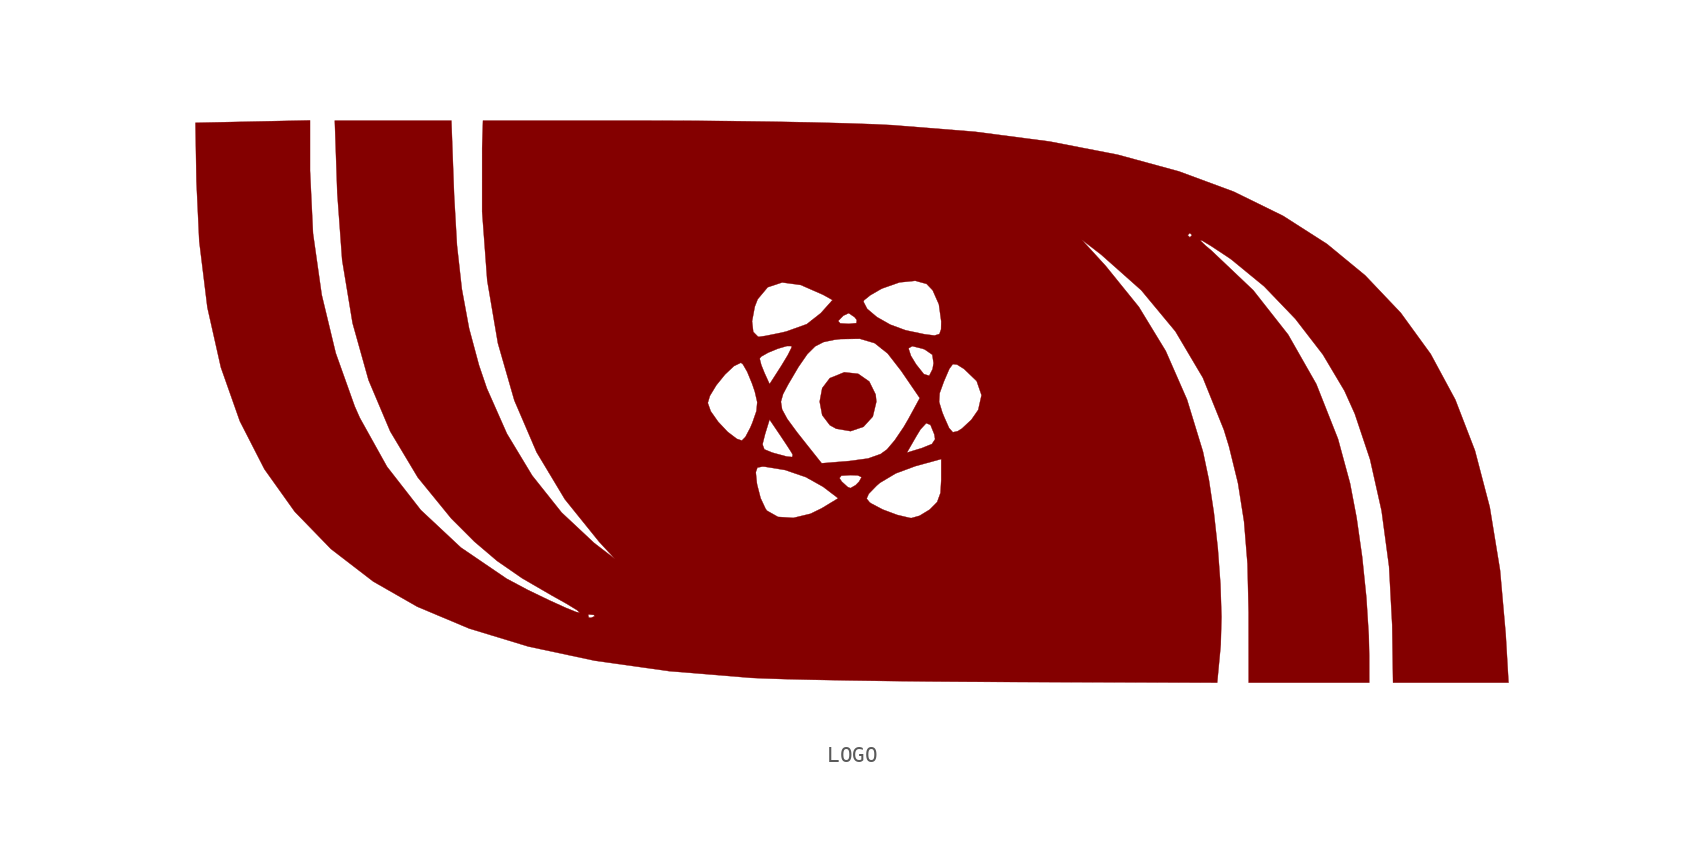
<source format=kicad_sym>
(kicad_symbol_lib
  (version 20220914)
  (generator "bitmap2component")
  (generator_version "8.0")
  (symbol "LOGO"
    (pin_names
      (offset 1.016))
    (property "Reference" "#G"
      (at 0 19.361 0)
      (effects (font (size 1.27 1.27)) hide))
    (symbol "LOGO_0_0"
      (polyline (pts (xy 32.153 -15.335) (xy 32.127 -14.103) (xy 31.976 -11.709) (xy 31.714 -9.168) (xy 31.365 -6.71) (xy 30.956 -4.563) (xy 30.203 -1.79) (xy 28.847 1.641) (xy 27.087 4.73) (xy 24.907 7.502) (xy 22.293 9.983) (xy 21.906 10.309) (xy 21.59 10.615) (xy 21.708 10.604) (xy 22.258 10.274) (xy 23.238 9.628) (xy 23.534 9.424) (xy 25.581 7.746) (xy 27.534 5.713) (xy 29.255 3.483) (xy 30.605 1.216) (xy 31.25 -0.218) (xy 32.205 -3.071) (xy 32.926 -6.283) (xy 33.393 -9.764) (xy 33.589 -13.425) (xy 33.642 -17.023) (xy 37.251 -17.023) (xy 40.861 -17.023) (xy 40.684 -13.983) (xy 40.331 -9.994) (xy 39.688 -6.054) (xy 38.762 -2.516) (xy 37.536 0.662) (xy 35.996 3.518) (xy 34.125 6.092) (xy 31.908 8.425) (xy 29.507 10.401) (xy 26.765 12.155) (xy 23.692 13.663) (xy 20.258 14.933) (xy 16.434 15.975) (xy 12.191 16.798) (xy 7.501 17.411) (xy 2.334 17.823) (xy 1.209 17.878) (xy -0.579 17.939) (xy -2.725 17.994) (xy -5.127 18.039) (xy -7.685 18.074) (xy -10.298 18.096) (xy -12.865 18.104) (xy -23.238 18.104) (xy -23.29 16.415) (xy -23.291 12.415) (xy -23.182 10.944) (xy 20.806 10.944) (xy 20.942 11.079) (xy 21.077 10.944) (xy 20.942 10.809) (xy 20.806 10.944) (xy -23.182 10.944) (xy -22.973 8.115) (xy -22.539 5.565) (xy -6.42 5.565) (xy -6.25 6.473) (xy -6.068 6.941) (xy -5.441 7.69) (xy -4.537 7.989) (xy -3.377 7.832) (xy -1.98 7.219) (xy -1.393 6.89) (xy -1.477 6.797) (xy 0.54 6.797) (xy 0.583 6.88) (xy 0.964 7.186) (xy 1.611 7.561) (xy 1.726 7.618) (xy 2.795 7.993) (xy 3.773 8.094) (xy 4.486 7.9) (xy 4.869 7.499) (xy 5.257 6.622) (xy 5.404 5.557) (xy 5.394 5.061) (xy 5.29 4.767) (xy 4.985 4.675) (xy 4.368 4.752) (xy 3.331 4.969) (xy 3.15 5.012) (xy 2.225 5.352) (xy 1.386 5.827) (xy 0.776 6.34) (xy 0.54 6.797) (xy -1.477 6.797) (xy -2.126 6.072) (xy -2.748 5.583) (xy -1.038 5.583) (xy -0.711 5.915) (xy -0.38 6.071) (xy -0.003 5.813) (xy 0.123 5.644) (xy 0.104 5.449) (xy -0.372 5.404) (xy -0.911 5.435) (xy -1.038 5.583) (xy -2.748 5.583) (xy -3 5.385) (xy -4.287 4.923) (xy -4.855 4.797) (xy -5.582 4.651) (xy -5.974 4.594) (xy -6.044 4.6) (xy -6.345 4.902) (xy -6.42 5.565) (xy -22.539 5.565) (xy -22.305 4.192) (xy -22.03 3.234) (xy -5.945 3.234) (xy -5.85 3.354) (xy -5.409 3.604) (xy -4.8 3.853) (xy -4.238 4.016) (xy -3.939 4.013) (xy -3.96 3.903) (xy -4.189 3.447) (xy -4.593 2.778) (xy -5.325 1.638) (xy -5.635 2.318) (xy -5.842 2.832) (xy -5.945 3.234) (xy -22.03 3.234) (xy -21.279 0.621) (xy -21.21 0.46) (xy -9.187 0.46) (xy -9.057 0.898) (xy -8.654 1.563) (xy -8.107 2.238) (xy -7.55 2.762) (xy -7.116 2.972) (xy -6.997 2.88) (xy -6.723 2.407) (xy -6.418 1.665) (xy -6.248 1.168) (xy -6.102 0.534) (xy -4.617 0.534) (xy -4.482 1.01) (xy -4.171 1.598) (xy -3.519 2.708) (xy -2.965 3.509) (xy -2.471 3.999) (xy -1.944 4.267) (xy -1.292 4.403) (xy -0.894 4.451) (xy 0.313 4.471) (xy 1.245 4.194) (xy 1.649 3.873) (xy 3.357 3.873) (xy 3.594 4.008) (xy 4.239 3.849) (xy 4.372 3.8) (xy 4.846 3.474) (xy 4.924 2.948) (xy 4.862 2.572) (xy 4.653 2.16) (xy 4.318 2.262) (xy 3.831 2.877) (xy 3.511 3.404) (xy 3.357 3.873) (xy 1.649 3.873) (xy 2.055 3.55) (xy 2.895 2.468) (xy 4.061 0.764) (xy 3.932 0.526) (xy 5.272 0.526) (xy 5.304 1.066) (xy 5.561 1.775) (xy 5.611 1.895) (xy 5.911 2.592) (xy 6.13 2.885) (xy 6.393 2.856) (xy 6.825 2.585) (xy 6.83 2.582) (xy 7.618 1.824) (xy 7.922 0.946) (xy 7.715 0.027) (xy 7.287 -0.59) (xy 6.692 -1.144) (xy 6.429 -1.307) (xy 6.13 -1.373) (xy 5.894 -1.106) (xy 5.59 -0.422) (xy 5.469 -0.123) (xy 5.272 0.526) (xy 3.932 0.526) (xy 3.346 -0.55) (xy 3.061 -1.04) (xy 2.5 -1.869) (xy 2.01 -2.448) (xy 1.737 -2.647) (xy 3.258 -2.647) (xy 3.857 -1.606) (xy 4.108 -1.196) (xy 4.466 -0.807) (xy 4.731 -0.913) (xy 4.972 -1.507) (xy 5.019 -1.809) (xy 4.82 -2.108) (xy 4.2 -2.358) (xy 3.258 -2.647) (xy 1.737 -2.647) (xy 1.619 -2.732) (xy 0.833 -3.011) (xy -0.341 -3.17) (xy -2.071 -3.309) (xy -3.011 -2.127) (xy -3.619 -1.357) (xy -4.221 -0.537) (xy -4.542 0.056) (xy -4.617 0.534) (xy -6.102 0.534) (xy -6.096 0.511) (xy -6.146 -0.048) (xy -6.396 -0.767) (xy -6.531 -1.088) (xy -6.835 -1.663) (xy -7.057 -1.891) (xy -7.368 -1.786) (xy -7.943 -1.349) (xy -8.536 -0.72) (xy -9 -0.063) (xy -9.187 0.46) (xy -21.21 0.46) (xy -20.098 -2.129) (xy -5.766 -2.129) (xy -5.61 -1.505) (xy -5.326 -0.581) (xy -4.745 -1.439) (xy -4.667 -1.554) (xy -4.24 -2.196) (xy -3.958 -2.635) (xy -3.878 -2.783) (xy -3.913 -2.922) (xy -4.269 -2.885) (xy -5.041 -2.677) (xy -5.168 -2.639) (xy -5.651 -2.441) (xy -5.766 -2.129) (xy -20.098 -2.129) (xy -19.887 -2.622) (xy -19.137 -3.87) (xy -6.187 -3.87) (xy -6.086 -3.581) (xy -5.777 -3.519) (xy -5.636 -3.524) (xy -4.355 -3.733) (xy -3.04 -4.185) (xy -2.947 -4.238) (xy -0.957 -4.238) (xy -0.838 -4.088) (xy -0.27 -4.053) (xy 0.193 -4.07) (xy 0.423 -4.183) (xy 0.27 -4.458) (xy 0.052 -4.68) (xy -0.27 -4.864) (xy -0.437 -4.797) (xy -0.811 -4.458) (xy -0.957 -4.238) (xy -2.947 -4.238) (xy -1.978 -4.784) (xy -1.039 -5.5) (xy -1.07 -5.519) (xy 0.742 -5.519) (xy 0.874 -5.221) (xy 1.368 -4.713) (xy 1.575 -4.534) (xy 2.565 -3.944) (xy 3.795 -3.489) (xy 5.404 -3.049) (xy 5.404 -4.342) (xy 5.357 -5.164) (xy 5.148 -5.735) (xy 4.692 -6.195) (xy 4.668 -6.214) (xy 4.048 -6.591) (xy 3.544 -6.734) (xy 3.444 -6.726) (xy 2.656 -6.54) (xy 1.75 -6.202) (xy 1.018 -5.816) (xy 0.926 -5.75) (xy 0.742 -5.519) (xy -1.07 -5.519) (xy -2.073 -6.127) (xy -2.764 -6.465) (xy -3.839 -6.724) (xy -4.797 -6.663) (xy -5.485 -6.275) (xy -5.573 -6.159) (xy -5.885 -5.492) (xy -6.101 -4.654) (xy -6.122 -4.526) (xy -6.187 -3.87) (xy -19.137 -3.87) (xy -18.122 -5.562) (xy -15.978 -8.222) (xy -14.997 -9.284) (xy -16.141 -8.406) (xy -16.298 -8.284) (xy -18.321 -6.39) (xy -20.16 -4.08) (xy -21.742 -1.459) (xy -22.993 1.367) (xy -23.487 2.819) (xy -24.106 5.124) (xy -24.558 7.578) (xy -24.862 10.309) (xy -25.041 13.443) (xy -25.212 18.104) (xy -28.856 18.104) (xy -32.5 18.104) (xy -32.345 13.578) (xy -32.04 9.392) (xy -31.389 5.449) (xy -30.39 1.885) (xy -29.034 -1.322) (xy -27.313 -4.197) (xy -25.22 -6.764) (xy -23.783 -8.202) (xy -22.356 -9.416) (xy -20.797 -10.495) (xy -18.915 -11.588) (xy -18.007 -12.095) (xy -17.372 -12.483) (xy -17.182 -12.652) (xy -17.416 -12.605) (xy -18.051 -12.349) (xy -19.064 -11.889) (xy -20.431 -11.23) (xy -21.755 -10.526) (xy -24.62 -8.576) (xy -27.122 -6.234) (xy -29.235 -3.524) (xy -30.935 -0.47) (xy -31.252 0.244) (xy -32.439 3.573) (xy -33.316 7.217) (xy -33.86 11.056) (xy -34.047 14.972) (xy -34.047 18.12) (xy -37.627 18.045) (xy -41.208 17.969) (xy -41.147 14.321) (xy -40.972 10.571) (xy -40.463 6.426) (xy -39.62 2.682) (xy -38.435 -0.68) (xy -36.899 -3.68) (xy -35.004 -6.338) (xy -32.739 -8.671) (xy -30.099 -10.701) (xy -27.347 -12.275) (xy -26.122 -12.79) (xy -16.663 -12.79) (xy -16.623 -12.758) (xy -16.303 -12.79) (xy -16.261 -12.871) (xy -16.483 -12.97) (xy -16.626 -12.951) (xy -16.663 -12.79) (xy -26.122 -12.79) (xy -24.099 -13.641) (xy -20.397 -14.767) (xy -16.233 -15.654) (xy -11.599 -16.305) (xy -6.485 -16.723) (xy -5.816 -16.754) (xy -4.401 -16.801) (xy -2.574 -16.844) (xy -0.411 -16.884) (xy 2.009 -16.92) (xy 4.609 -16.949) (xy 7.313 -16.97) (xy 10.042 -16.984) (xy 22.652 -17.023) (xy 22.85 -14.929) (xy 22.874 -14.635) (xy 22.92 -12.914) (xy 22.855 -10.862) (xy 22.692 -8.642) (xy 22.447 -6.416) (xy 22.134 -4.346) (xy 21.765 -2.593) (xy 20.769 0.665) (xy 19.437 3.705) (xy 17.759 6.458) (xy 15.683 9.024) (xy 14.186 10.661) (xy 15.402 9.724) (xy 17.902 7.504) (xy 20.04 4.929) (xy 21.755 2.033) (xy 23.067 -1.216) (xy 23.389 -2.263) (xy 23.951 -4.555) (xy 24.33 -6.955) (xy 24.545 -9.601) (xy 24.615 -12.632) (xy 24.619 -17.023) (xy 28.387 -17.023) (xy 32.155 -17.023) (xy 32.153 -15.335)) (stroke (width 0.01) (type default)) (fill (type outline)))
      (polyline (pts (xy 0.547 -1.031) (xy 1.128 -0.393) (xy 1.351 0.54) (xy 1.305 0.987) (xy 0.907 1.798) (xy 0.209 2.283) (xy -0.657 2.376) (xy -1.561 2.011) (xy -2.036 1.386) (xy -2.195 0.541) (xy -2.036 -0.304) (xy -1.561 -0.93) (xy -1.163 -1.153) (xy -0.26 -1.306) (xy 0.547 -1.031)) (stroke (width 0.01) (type default)) (fill (type outline))))))
</source>
